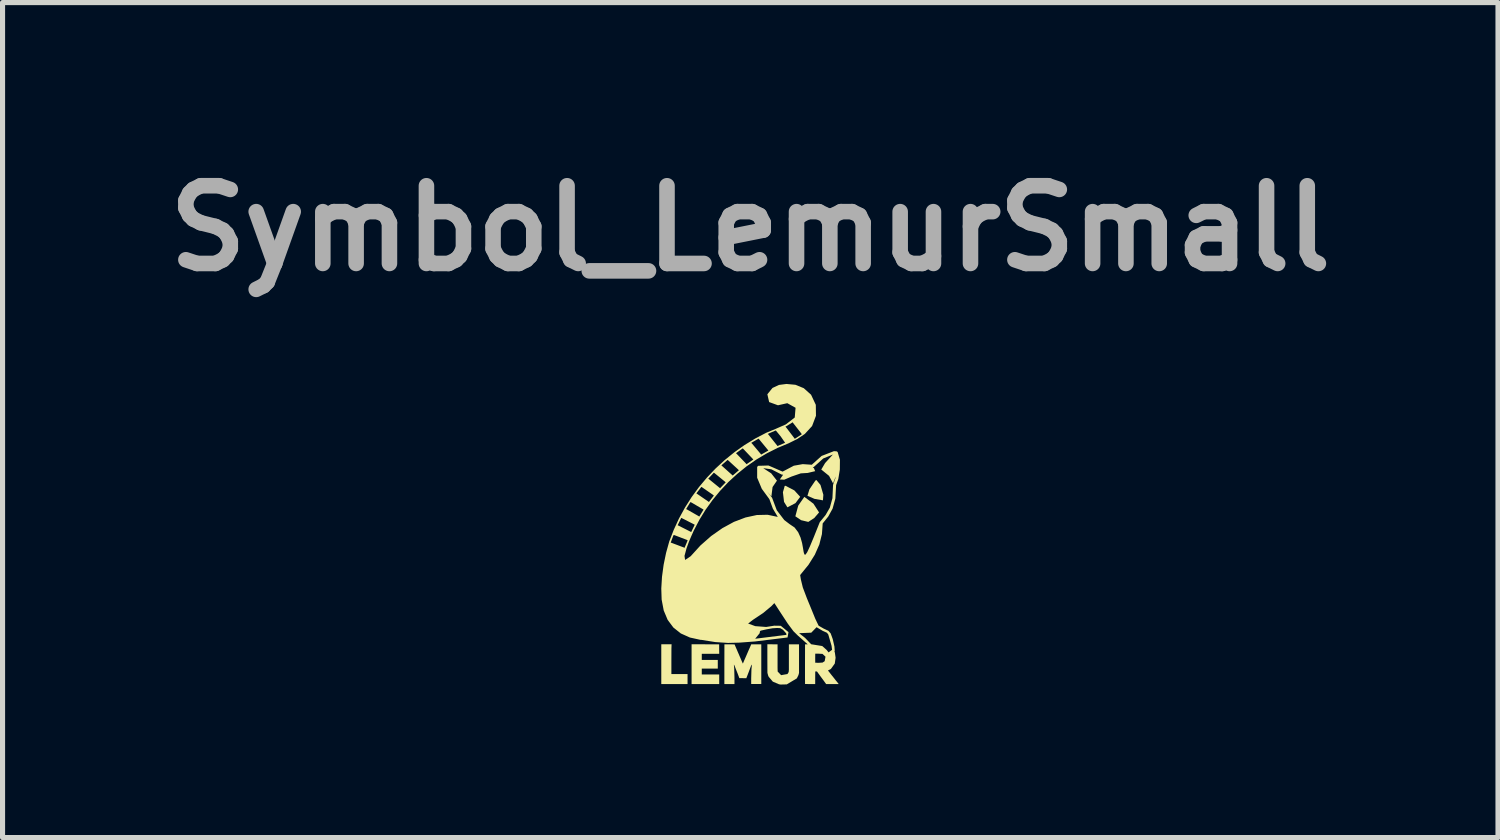
<source format=kicad_pcb>
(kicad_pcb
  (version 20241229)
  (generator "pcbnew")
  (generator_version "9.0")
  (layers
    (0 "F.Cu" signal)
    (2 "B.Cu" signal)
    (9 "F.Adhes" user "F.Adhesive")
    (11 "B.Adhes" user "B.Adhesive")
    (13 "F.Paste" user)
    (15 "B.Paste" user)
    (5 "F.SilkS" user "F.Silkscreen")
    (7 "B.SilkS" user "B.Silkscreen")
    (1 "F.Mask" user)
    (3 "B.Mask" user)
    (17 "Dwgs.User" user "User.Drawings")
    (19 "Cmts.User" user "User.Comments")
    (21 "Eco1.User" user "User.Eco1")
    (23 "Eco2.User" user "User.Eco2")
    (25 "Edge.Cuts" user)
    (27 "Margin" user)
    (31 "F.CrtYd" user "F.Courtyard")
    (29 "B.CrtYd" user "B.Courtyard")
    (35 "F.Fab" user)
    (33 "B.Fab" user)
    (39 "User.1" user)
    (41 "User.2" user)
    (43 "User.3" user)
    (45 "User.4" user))
  (footprint "Symbol_LemurSmall"
    (layer "F.Cu")
    (at 11.662 7.426)
    (property "Reference" "Symbol_LemurSmall" (at 0 -5.999 0) (layer "F.Fab") (effects (font (size 1.524 1.524) (thickness 0.305))))
    (attr board_only exclude_from_pos_files exclude_from_bom)
    (fp_poly (pts (xy 1.06 -0.733) (xy 0.94 -0.561) (xy 0.884 -0.352) (xy 0.996 -0.276) (xy 1.138 -0.242) (xy 1.255 -0.319) (xy 1.349 -0.428) (xy 1.239 -0.599) (xy 1.06 -0.733)) (stroke (width 0) (type solid)) (fill yes) (layer "F.SilkS"))
    (fp_poly (pts (xy 1.296 -1.064) (xy 1.276 -1.052) (xy 1.16 -0.881) (xy 1.121 -0.754) (xy 1.259 -0.694) (xy 1.425 -0.665) (xy 1.433 -0.774) (xy 1.377 -0.966) (xy 1.296 -1.064)) (stroke (width 0) (type solid)) (fill yes) (layer "F.SilkS"))
    (fp_poly (pts (xy 0.689 -0.951) (xy 0.675 -0.947) (xy 0.64 -0.824) (xy 0.662 -0.635) (xy 0.728 -0.528) (xy 0.886 -0.61) (xy 0.979 -0.734) (xy 0.864 -0.86) (xy 0.689 -0.951) (xy 0.689 -0.951)) (stroke (width 0) (type solid)) (fill yes) (layer "F.SilkS"))
    (fp_poly (pts (xy -1.543 2.157) (xy -1.745 2.158) (xy -1.745 2.549) (xy -1.745 2.938) (xy -1.487 2.938) (xy -1.23 2.938) (xy -1.23 2.84) (xy -1.23 2.742) (xy -1.388 2.742) (xy -1.547 2.742) (xy -1.547 2.487) (xy -1.546 2.235) (xy -1.543 2.157) (xy -1.543 2.157)) (stroke (width 0) (type solid)) (fill yes) (layer "F.SilkS"))
    (fp_poly (pts (xy -1.151 2.157) (xy -1.151 2.548) (xy -1.151 2.938) (xy -0.88 2.938) (xy -0.609 2.938) (xy -0.609 2.844) (xy -0.609 2.75) (xy -0.78 2.75) (xy -0.951 2.75) (xy -0.951 2.692) (xy -0.951 2.635) (xy -0.794 2.635) (xy -0.637 2.635) (xy -0.637 2.55) (xy -0.637 2.465) (xy -0.794 2.465) (xy -0.951 2.465) (xy -0.951 2.404) (xy -0.951 2.344) (xy -0.78 2.344) (xy -0.609 2.344) (xy -0.61 2.251) (xy -0.61 2.159) (xy -0.881 2.158) (xy -1.151 2.157)) (stroke (width 0) (type solid)) (fill yes) (layer "F.SilkS"))
    (fp_poly (pts (xy 0.335 2.157) (xy 0.335 2.434) (xy 0.336 2.711) (xy 0.34 2.733) (xy 0.353 2.778) (xy 0.362 2.796) (xy 0.442 2.89) (xy 0.564 2.942) (xy 0.594 2.947) (xy 0.716 2.944) (xy 0.913 2.826) (xy 0.945 2.761) (xy 0.951 2.738) (xy 0.956 2.719) (xy 0.956 2.439) (xy 0.956 2.159) (xy 0.857 2.158) (xy 0.757 2.158) (xy 0.757 2.424) (xy 0.757 2.657) (xy 0.753 2.702) (xy 0.729 2.741) (xy 0.605 2.763) (xy 0.537 2.692) (xy 0.535 2.619) (xy 0.535 2.419) (xy 0.535 2.158) (xy 0.435 2.158) (xy 0.335 2.157)) (stroke (width 0) (type solid)) (fill yes) (layer "F.SilkS"))
    (fp_poly (pts (xy -0.407 2.158) (xy -0.507 2.159) (xy -0.508 2.548) (xy -0.508 2.938) (xy -0.409 2.938) (xy -0.31 2.938) (xy -0.31 2.812) (xy -0.315 2.63) (xy -0.321 2.566) (xy -0.32 2.556) (xy -0.31 2.574) (xy -0.301 2.597) (xy -0.275 2.664) (xy -0.249 2.729) (xy -0.237 2.76) (xy -0.223 2.798) (xy -0.214 2.822) (xy -0.145 2.822) (xy -0.076 2.823) (xy -0.074 2.814) (xy -0.068 2.798) (xy -0.06 2.778) (xy -0.047 2.744) (xy -0.037 2.718) (xy -0.029 2.697) (xy -0.019 2.67) (xy -0.013 2.654) (xy 0.016 2.578) (xy 0.029 2.556) (xy 0.031 2.565) (xy 0.023 2.647) (xy 0.018 2.829) (xy 0.018 2.937) (xy 0.117 2.937) (xy 0.216 2.937) (xy 0.216 2.548) (xy 0.216 2.159) (xy 0.118 2.159) (xy 0.019 2.159) (xy 0.009 2.181) (xy -0.006 2.216) (xy -0.013 2.232) (xy -0.021 2.249) (xy -0.044 2.302) (xy -0.075 2.374) (xy -0.085 2.397) (xy -0.095 2.42) (xy -0.125 2.488) (xy -0.132 2.506) (xy -0.141 2.526) (xy -0.146 2.536) (xy -0.156 2.513) (xy -0.167 2.489) (xy -0.175 2.47) (xy -0.183 2.451) (xy -0.191 2.432) (xy -0.202 2.407) (xy -0.232 2.337) (xy -0.24 2.319) (xy -0.26 2.272) (xy -0.268 2.253) (xy -0.281 2.224) (xy -0.293 2.195) (xy -0.303 2.172) (xy -0.308 2.16) (xy -0.408 2.158) (xy -0.407 2.158)) (stroke (width 0) (type solid)) (fill yes) (layer "F.SilkS"))
    (fp_poly (pts (xy 0.709 -2.947) (xy 0.563 -2.928) (xy 0.436 -2.869) (xy 0.335 -2.745) (xy 0.37 -2.592) (xy 0.543 -2.529) (xy 0.726 -2.57) (xy 0.888 -2.48) (xy 0.872 -2.289) (xy 0.697 -2.154) (xy 0.502 -2.068) (xy 0.311 -1.989) (xy 0.095 -1.876) (xy -0.113 -1.749) (xy -0.312 -1.608) (xy -0.502 -1.454) (xy -0.682 -1.288) (xy -0.85 -1.111) (xy -1.007 -0.924) (xy -1.151 -0.727) (xy -1.282 -0.521) (xy -1.399 -0.307) (xy -1.501 -0.086) (xy -1.589 0.142) (xy -1.651 0.365) (xy -1.699 0.598) (xy -1.731 0.834) (xy -1.745 1.064) (xy -1.738 1.281) (xy -1.697 1.496) (xy -1.62 1.679) (xy -1.508 1.829) (xy -1.362 1.945) (xy -1.184 2.025) (xy -0.975 2.071) (xy -0.966 2.07) (xy -0.688 2.114) (xy -0.436 2.131) (xy -0.21 2.125) (xy 0.096 2.102) (xy 0.096 2.049) (xy 0.184 1.941) (xy 0.19 1.902) (xy 0.205 1.89) (xy 0.322 1.864) (xy 0.435 1.844) (xy 0.435 1.844) (xy 0.525 1.838) (xy 0.525 1.838) (xy 0.586 1.841) (xy 0.641 1.873) (xy 0.704 1.943) (xy 0.709 1.968) (xy 0.707 1.973) (xy 0.096 2.049) (xy 0.096 2.102) (xy 0.103 2.101) (xy 0.731 2.024) (xy 0.749 1.919) (xy 0.598 1.795) (xy 0.47 1.793) (xy 0.312 1.818) (xy 0.098 1.802) (xy -0.042 1.751) (xy 0.048 1.681) (xy 0.252 1.545) (xy 0.413 1.411) (xy 0.472 1.35) (xy 0.496 1.386) (xy 0.586 1.525) (xy 0.735 1.752) (xy 0.846 1.901) (xy 0.931 1.985) (xy 1.127 2.159) (xy 1.074 2.159) (xy 1.073 2.546) (xy 1.073 2.82) (xy 1.074 2.936) (xy 1.074 2.936) (xy 1.174 2.938) (xy 1.273 2.938) (xy 1.273 2.814) (xy 1.274 2.69) (xy 1.29 2.69) (xy 1.306 2.69) (xy 1.315 2.7) (xy 1.341 2.737) (xy 1.341 2.521) (xy 1.274 2.519) (xy 1.273 2.429) (xy 1.274 2.342) (xy 1.34 2.342) (xy 1.416 2.346) (xy 1.475 2.401) (xy 1.459 2.489) (xy 1.418 2.516) (xy 1.341 2.521) (xy 1.341 2.737) (xy 1.346 2.743) (xy 1.371 2.778) (xy 1.386 2.799) (xy 1.413 2.835) (xy 1.446 2.88) (xy 1.477 2.923) (xy 1.488 2.938) (xy 1.611 2.938) (xy 1.734 2.938) (xy 1.721 2.92) (xy 1.692 2.884) (xy 1.673 2.861) (xy 1.664 2.849) (xy 1.634 2.811) (xy 1.604 2.774) (xy 1.592 2.759) (xy 1.56 2.718) (xy 1.534 2.685) (xy 1.524 2.671) (xy 1.527 2.669) (xy 1.535 2.665) (xy 1.535 2.317) (xy 1.498 2.269) (xy 1.411 2.192) (xy 1.194 2.157) (xy 1.074 2.032) (xy 0.957 1.94) (xy 1.196 1.93) (xy 1.3 1.823) (xy 1.42 1.894) (xy 1.502 1.931) (xy 1.529 1.964) (xy 1.594 2.188) (xy 1.604 2.266) (xy 1.535 2.317) (xy 1.535 2.665) (xy 1.581 2.641) (xy 1.657 2.536) (xy 1.673 2.422) (xy 1.659 2.321) (xy 1.651 2.301) (xy 1.656 2.284) (xy 1.65 2.201) (xy 1.617 2.056) (xy 1.577 1.945) (xy 1.532 1.893) (xy 1.441 1.851) (xy 1.34 1.793) (xy 1.276 1.66) (xy 1.195 1.461) (xy 1.111 1.257) (xy 1.03 1.043) (xy 0.992 0.886) (xy 0.978 0.8) (xy 1.082 0.672) (xy 1.082 0.401) (xy 1.061 0.396) (xy 1.047 0.349) (xy 1.034 0.271) (xy 1.016 0.173) (xy 0.986 0.065) (xy 0.939 -0.04) (xy 0.869 -0.132) (xy 0.769 -0.2) (xy 0.666 -0.279) (xy 0.52 -0.47) (xy 0.429 -0.712) (xy 0.422 -0.723) (xy 0.332 -0.838) (xy 0.414 -0.742) (xy 0.437 -0.926) (xy 0.523 -1.051) (xy 0.41 -1.195) (xy 0.254 -1.296) (xy 0.412 -1.274) (xy 0.616 -1.17) (xy 0.644 -1.167) (xy 0.579 -1.074) (xy 0.667 -1.07) (xy 0.808 -1.131) (xy 0.991 -1.194) (xy 1.125 -1.202) (xy 1.272 -1.237) (xy 1.248 -1.297) (xy 1.224 -1.303) (xy 1.243 -1.317) (xy 1.431 -1.486) (xy 1.62 -1.563) (xy 1.62 -1.563) (xy 1.467 -1.396) (xy 1.392 -1.269) (xy 1.545 -1.145) (xy 1.623 -0.998) (xy 1.676 -1.133) (xy 1.668 -1.097) (xy 1.628 -0.984) (xy 1.623 -0.967) (xy 1.611 -0.707) (xy 1.56 -0.521) (xy 1.477 -0.377) (xy 1.368 -0.244) (xy 1.362 -0.235) (xy 1.36 -0.231) (xy 1.249 0.047) (xy 1.17 0.237) (xy 1.117 0.351) (xy 1.082 0.401) (xy 1.082 0.672) (xy 1.141 0.6) (xy 1.266 0.401) (xy 1.354 0.201) (xy 1.405 -0.002) (xy 1.42 -0.212) (xy 1.529 -0.348) (xy 1.614 -0.502) (xy 1.668 -0.698) (xy 1.683 -0.963) (xy 1.726 -1.082) (xy 1.756 -1.268) (xy 1.758 -1.46) (xy 1.713 -1.613) (xy 1.693 -1.626) (xy 1.64 -1.629) (xy 1.399 -1.536) (xy 1.206 -1.363) (xy 1.029 -1.375) (xy 0.854 -1.344) (xy 0.634 -1.228) (xy 0.357 -1.348) (xy 0.156 -1.342) (xy 0.135 -1.321) (xy 0.135 -1.108) (xy 0.226 -0.891) (xy 0.374 -0.689) (xy 0.443 -0.502) (xy 0.54 -0.339) (xy 0.534 -0.341) (xy 0.34 -0.382) (xy 0.129 -0.377) (xy -0.093 -0.329) (xy -0.32 -0.243) (xy -0.546 -0.12) (xy -0.767 0.035) (xy -0.977 0.22) (xy -1.169 0.431) (xy -1.278 0.504) (xy -1.29 0.424) (xy -1.288 0.418) (xy -1.288 0.266) (xy -1.307 0.258) (xy -1.54 0.17) (xy -1.56 0.164) (xy -1.553 0.144) (xy -1.511 0.03) (xy -1.51 0.026) (xy -1.506 0.023) (xy -1.498 0.014) (xy -1.486 0.018) (xy -1.245 0.11) (xy -1.228 0.118) (xy -1.234 0.135) (xy -1.281 0.247) (xy -1.288 0.266) (xy -1.288 0.418) (xy -1.25 0.276) (xy -1.203 0.146) (xy -1.159 0.043) (xy -1.159 -0.042) (xy -1.177 -0.053) (xy -1.405 -0.168) (xy -1.424 -0.176) (xy -1.415 -0.195) (xy -1.362 -0.304) (xy -1.354 -0.321) (xy -1.336 -0.313) (xy -1.106 -0.196) (xy -1.089 -0.186) (xy -1.098 -0.169) (xy -1.149 -0.062) (xy -1.159 -0.042) (xy -1.159 0.043) (xy -1.109 -0.07) (xy -1 -0.279) (xy -1 -0.28) (xy -1 -0.346) (xy -1.017 -0.358) (xy -1.238 -0.484) (xy -1.258 -0.493) (xy -1.247 -0.512) (xy -1.183 -0.616) (xy -1.173 -0.631) (xy -1.157 -0.624) (xy -0.932 -0.493) (xy -0.916 -0.482) (xy -0.927 -0.466) (xy -0.989 -0.364) (xy -1 -0.346) (xy -1 -0.28) (xy -0.877 -0.48) (xy -0.811 -0.572) (xy -0.811 -0.632) (xy -0.827 -0.644) (xy -1.038 -0.789) (xy -1.057 -0.801) (xy -1.044 -0.818) (xy -0.97 -0.915) (xy -0.959 -0.929) (xy -0.944 -0.92) (xy -0.73 -0.772) (xy -0.714 -0.759) (xy -0.726 -0.743) (xy -0.799 -0.648) (xy -0.811 -0.632) (xy -0.811 -0.572) (xy -0.74 -0.671) (xy -0.592 -0.851) (xy -0.592 -0.902) (xy -0.607 -0.915) (xy -0.805 -1.076) (xy -0.824 -1.089) (xy -0.809 -1.106) (xy -0.726 -1.195) (xy -0.714 -1.208) (xy -0.699 -1.197) (xy -0.497 -1.032) (xy -0.482 -1.018) (xy -0.496 -1.003) (xy -0.579 -0.917) (xy -0.592 -0.902) (xy -0.592 -0.851) (xy -0.59 -0.853) (xy -0.428 -1.025) (xy -0.345 -1.101) (xy -0.345 -1.151) (xy -0.358 -1.164) (xy -0.549 -1.335) (xy -0.567 -1.35) (xy -0.55 -1.366) (xy -0.457 -1.447) (xy -0.445 -1.458) (xy -0.432 -1.448) (xy -0.238 -1.27) (xy -0.223 -1.255) (xy -0.24 -1.241) (xy -0.331 -1.163) (xy -0.345 -1.151) (xy -0.345 -1.101) (xy -0.255 -1.184) (xy -0.073 -1.331) (xy -0.073 -1.373) (xy -0.085 -1.387) (xy -0.263 -1.573) (xy -0.28 -1.589) (xy -0.261 -1.603) (xy -0.161 -1.675) (xy -0.148 -1.684) (xy -0.136 -1.673) (xy 0.045 -1.482) (xy 0.06 -1.465) (xy 0.041 -1.452) (xy -0.058 -1.384) (xy -0.073 -1.373) (xy -0.073 -1.331) (xy -0.071 -1.332) (xy 0.123 -1.467) (xy 0.214 -1.521) (xy 0.214 -1.562) (xy 0.203 -1.576) (xy 0.037 -1.774) (xy 0.019 -1.792) (xy 0.041 -1.805) (xy 0.149 -1.867) (xy 0.163 -1.875) (xy 0.173 -1.863) (xy 0.341 -1.659) (xy 0.355 -1.641) (xy 0.334 -1.63) (xy 0.229 -1.571) (xy 0.214 -1.562) (xy 0.214 -1.521) (xy 0.325 -1.587) (xy 0.534 -1.692) (xy 0.534 -1.729) (xy 0.524 -1.743) (xy 0.362 -1.947) (xy 0.344 -1.967) (xy 0.368 -1.979) (xy 0.487 -2.03) (xy 0.499 -2.035) (xy 0.509 -2.025) (xy 0.594 -1.922) (xy 0.67 -1.813) (xy 0.683 -1.793) (xy 0.66 -1.784) (xy 0.549 -1.736) (xy 0.534 -1.729) (xy 0.534 -1.692) (xy 0.535 -1.693) (xy 0.753 -1.784) (xy 0.871 -1.843) (xy 0.871 -1.872) (xy 0.861 -1.888) (xy 0.706 -2.091) (xy 0.689 -2.11) (xy 0.712 -2.122) (xy 0.813 -2.184) (xy 0.828 -2.196) (xy 0.84 -2.182) (xy 1 -1.977) (xy 1.01 -1.961) (xy 0.995 -1.95) (xy 0.888 -1.881) (xy 0.871 -1.872) (xy 0.871 -1.843) (xy 0.922 -1.868) (xy 1.07 -1.967) (xy 1.212 -2.122) (xy 1.288 -2.323) (xy 1.285 -2.538) (xy 1.192 -2.736) (xy 1.049 -2.864) (xy 0.885 -2.931) (xy 0.71 -2.947) (xy 0.709 -2.947)) (stroke (width 0) (type solid)) (fill yes) (layer "F.SilkS")))
  (gr_rect
    (start -3 -3)
    (end 26.324 13.373)
    (stroke (width 0.1) (type default))
    (fill no)
    (layer "Edge.Cuts")))
</source>
